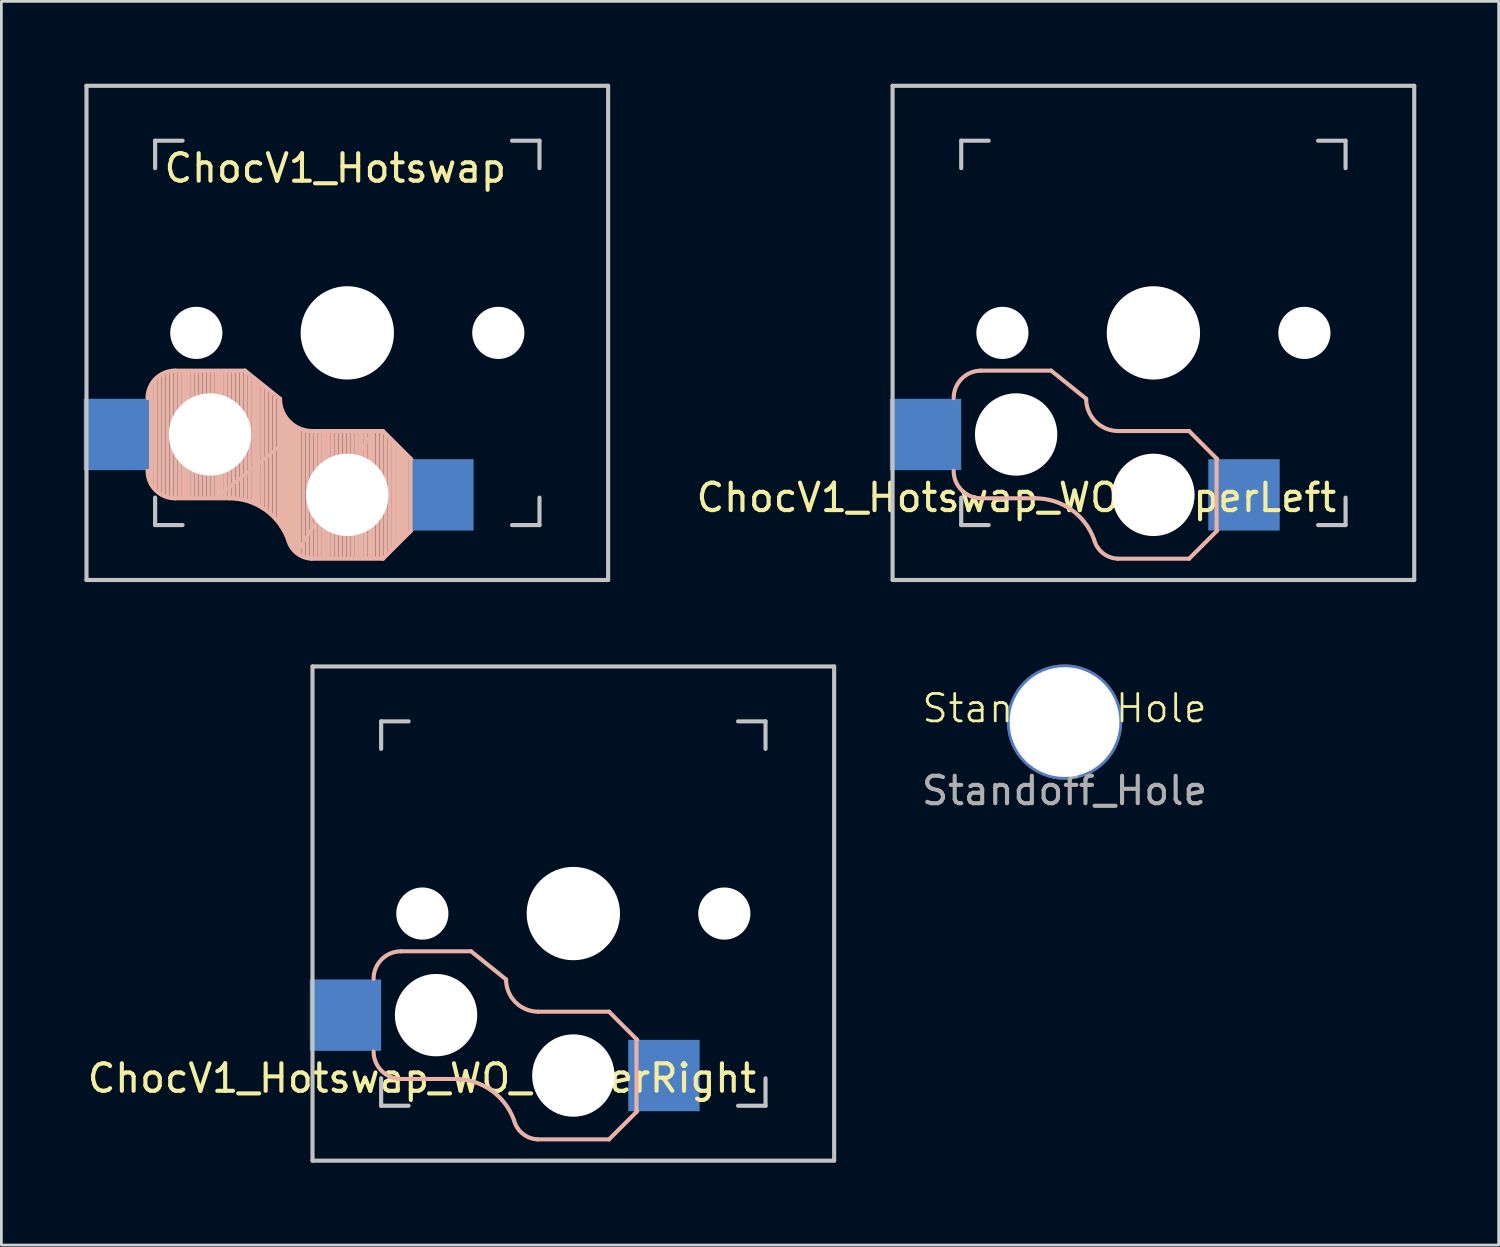
<source format=kicad_pcb>
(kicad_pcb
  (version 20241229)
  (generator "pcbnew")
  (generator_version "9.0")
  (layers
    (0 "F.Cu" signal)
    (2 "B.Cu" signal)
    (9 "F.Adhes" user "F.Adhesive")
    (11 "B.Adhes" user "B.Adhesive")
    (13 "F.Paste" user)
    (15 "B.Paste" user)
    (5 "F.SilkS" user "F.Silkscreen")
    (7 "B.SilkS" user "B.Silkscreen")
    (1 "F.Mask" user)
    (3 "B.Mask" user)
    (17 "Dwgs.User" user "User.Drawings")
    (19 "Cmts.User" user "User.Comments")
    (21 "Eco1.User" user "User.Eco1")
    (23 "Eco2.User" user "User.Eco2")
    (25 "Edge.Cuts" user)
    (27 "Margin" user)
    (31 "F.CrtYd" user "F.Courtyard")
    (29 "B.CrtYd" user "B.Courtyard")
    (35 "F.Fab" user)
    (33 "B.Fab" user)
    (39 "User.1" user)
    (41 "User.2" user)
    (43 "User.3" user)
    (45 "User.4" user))
  (footprint "ChocV1_Hotswap_WO_UpperRight"
    (layer "F.Cu")
    (at 17.833 30.225)
    (property "Reference" "ChocV1_Hotswap_WO_UpperRight" (at 6.75 6 0) (layer "F.SilkS") (effects (font (size 1 1) (thickness 0.15)) (justify right)))
    (attr through_hole)
    (fp_line (start -7 -7) (end -6 -7) (stroke (width 0.1) (type default)) (layer "F.SilkS"))
    (fp_line (start -7 -6) (end -7 -7) (stroke (width 0.1) (type default)) (layer "F.SilkS"))
    (fp_line (start -7 7) (end -7 6) (stroke (width 0.1) (type default)) (layer "F.SilkS"))
    (fp_line (start -6 7) (end -7 7) (stroke (width 0.1) (type default)) (layer "F.SilkS"))
    (fp_line (start 7 6) (end 7 7) (stroke (width 0.1) (type default)) (layer "F.SilkS"))
    (fp_line (start 7 7) (end 6 7) (stroke (width 0.1) (type default)) (layer "F.SilkS"))
    (fp_line (start -4.3 6.025) (end -6.275 6.025) (stroke (width 0.15) (type solid)) (layer "B.SilkS"))
    (fp_line (start -3.725 1.375) (end -6.275 1.375) (stroke (width 0.15) (type solid)) (layer "B.SilkS"))
    (fp_line (start -3.725 1.375) (end -2.45 2.4) (stroke (width 0.15) (type solid)) (layer "B.SilkS"))
    (fp_line (start 1.3 3.575) (end -1.275 3.575) (stroke (width 0.15) (type solid)) (layer "B.SilkS"))
    (fp_line (start 1.3 3.575) (end 2.325 4.6) (stroke (width 0.15) (type solid)) (layer "B.SilkS"))
    (fp_line (start 1.3 8.225) (end -1.3 8.225) (stroke (width 0.15) (type solid)) (layer "B.SilkS"))
    (fp_line (start 1.3 8.225) (end 2.325 7.2) (stroke (width 0.15) (type solid)) (layer "B.SilkS"))
    (fp_line (start 2.3 4.575) (end 2.3 7.225) (stroke (width 0.15) (type solid)) (layer "B.SilkS"))
    (fp_arc (start -7.275 2.375) (mid -6.982107 1.667893) (end -6.275 1.375) (stroke (width 0.15) (type solid)) (layer "B.SilkS"))
    (fp_arc (start -6.275 6.025) (mid -6.982107 5.732107) (end -7.275 5.025) (stroke (width 0.15) (type solid)) (layer "B.SilkS"))
    (fp_arc (start -4.3 6.025) (mid -2.995114 6.436429) (end -2.162199 7.521904) (stroke (width 0.15) (type solid)) (layer "B.SilkS"))
    (fp_arc (start -1.300995 8.223791) (mid -1.848284 8.016021) (end -2.162199 7.521904) (stroke (width 0.15) (type solid)) (layer "B.SilkS"))
    (fp_arc (start -1.275 3.575) (mid -2.10585 3.23085) (end -2.45 2.4) (stroke (width 0.15) (type solid)) (layer "B.SilkS"))
    (fp_line (start -9.5 -9) (end 9.5 -9) (stroke (width 0.15) (type solid)) (layer "Dwgs.User"))
    (fp_line (start -9.5 9) (end -9.5 -9) (stroke (width 0.15) (type solid)) (layer "Dwgs.User"))
    (fp_line (start -7 -7) (end -6 -7) (stroke (width 0.15) (type solid)) (layer "Dwgs.User"))
    (fp_line (start -7 -6) (end -7 -7) (stroke (width 0.15) (type solid)) (layer "Dwgs.User"))
    (fp_line (start -7 7) (end -7 6) (stroke (width 0.15) (type solid)) (layer "Dwgs.User"))
    (fp_line (start -6 7) (end -7 7) (stroke (width 0.15) (type solid)) (layer "Dwgs.User"))
    (fp_line (start 6 7) (end 7 7) (stroke (width 0.15) (type solid)) (layer "Dwgs.User"))
    (fp_line (start 7 -7) (end 6 -7) (stroke (width 0.15) (type solid)) (layer "Dwgs.User"))
    (fp_line (start 7 -6) (end 7 -7) (stroke (width 0.15) (type solid)) (layer "Dwgs.User"))
    (fp_line (start 7 7) (end 7 6) (stroke (width 0.15) (type solid)) (layer "Dwgs.User"))
    (fp_line (start 9.5 -9) (end 9.5 9) (stroke (width 0.15) (type solid)) (layer "Dwgs.User"))
    (fp_line (start 9.5 9) (end -9.5 9) (stroke (width 0.15) (type solid)) (layer "Dwgs.User"))
    (pad "" np_thru_hole circle (at -5.5 0 90) (size 1.9 1.9) (drill 1.9) (layers "*.Cu"))
    (pad "" np_thru_hole circle (at -5 3.7 90) (size 3 3) (drill 3) (layers "*.Cu" "*.Mask"))
    (pad "" np_thru_hole circle (at 0 0 90) (size 3.4 3.4) (drill 3.4) (layers "*.Cu"))
    (pad "" np_thru_hole circle (at 0 5.9 90) (size 3 3) (drill 3) (layers "*.Cu" "*.Mask"))
    (pad "" np_thru_hole circle (at 5.5 0 90) (size 1.9 1.9) (drill 1.9) (layers "*.Cu"))
    (pad "1" smd rect (at -8.3 3.7 180) (size 2.6 2.6) (layers "B.Cu" "B.Mask" "B.Paste"))
    (pad "2" smd rect (at 3.3 5.9 180) (size 2.6 2.6) (layers "B.Cu" "B.Mask" "B.Paste")))
  (footprint "ChocV1_Hotswap_WO_UpperLeft"
    (layer "F.Cu")
    (at 38.961 9.075)
    (property "Reference" "ChocV1_Hotswap_WO_UpperLeft" (at 6.75 6 0) (layer "F.SilkS") (effects (font (size 1 1) (thickness 0.15)) (justify right)))
    (attr through_hole)
    (fp_line (start -7 7) (end -7 6) (stroke (width 0.1) (type default)) (layer "F.SilkS"))
    (fp_line (start -6 7) (end -7 7) (stroke (width 0.1) (type default)) (layer "F.SilkS"))
    (fp_line (start 6 -7) (end 7 -7) (stroke (width 0.1) (type default)) (layer "F.SilkS"))
    (fp_line (start 7 -7) (end 7 -6) (stroke (width 0.1) (type default)) (layer "F.SilkS"))
    (fp_line (start 7 6) (end 7 7) (stroke (width 0.1) (type default)) (layer "F.SilkS"))
    (fp_line (start 7 7) (end 6 7) (stroke (width 0.1) (type default)) (layer "F.SilkS"))
    (fp_line (start -4.3 6.025) (end -6.275 6.025) (stroke (width 0.15) (type solid)) (layer "B.SilkS"))
    (fp_line (start -3.725 1.375) (end -6.275 1.375) (stroke (width 0.15) (type solid)) (layer "B.SilkS"))
    (fp_line (start -3.725 1.375) (end -2.45 2.4) (stroke (width 0.15) (type solid)) (layer "B.SilkS"))
    (fp_line (start 1.3 3.575) (end -1.275 3.575) (stroke (width 0.15) (type solid)) (layer "B.SilkS"))
    (fp_line (start 1.3 3.575) (end 2.325 4.6) (stroke (width 0.15) (type solid)) (layer "B.SilkS"))
    (fp_line (start 1.3 8.225) (end -1.3 8.225) (stroke (width 0.15) (type solid)) (layer "B.SilkS"))
    (fp_line (start 1.3 8.225) (end 2.325 7.2) (stroke (width 0.15) (type solid)) (layer "B.SilkS"))
    (fp_line (start 2.3 4.575) (end 2.3 7.225) (stroke (width 0.15) (type solid)) (layer "B.SilkS"))
    (fp_arc (start -7.275 2.375) (mid -6.982107 1.667893) (end -6.275 1.375) (stroke (width 0.15) (type solid)) (layer "B.SilkS"))
    (fp_arc (start -6.275 6.025) (mid -6.982107 5.732107) (end -7.275 5.025) (stroke (width 0.15) (type solid)) (layer "B.SilkS"))
    (fp_arc (start -4.3 6.025) (mid -2.995114 6.436429) (end -2.162199 7.521904) (stroke (width 0.15) (type solid)) (layer "B.SilkS"))
    (fp_arc (start -1.300995 8.223791) (mid -1.848284 8.016021) (end -2.162199 7.521904) (stroke (width 0.15) (type solid)) (layer "B.SilkS"))
    (fp_arc (start -1.275 3.575) (mid -2.10585 3.23085) (end -2.45 2.4) (stroke (width 0.15) (type solid)) (layer "B.SilkS"))
    (fp_line (start -9.5 -9) (end 9.5 -9) (stroke (width 0.15) (type solid)) (layer "Dwgs.User"))
    (fp_line (start -9.5 9) (end -9.5 -9) (stroke (width 0.15) (type solid)) (layer "Dwgs.User"))
    (fp_line (start -7 -7) (end -6 -7) (stroke (width 0.15) (type solid)) (layer "Dwgs.User"))
    (fp_line (start -7 -6) (end -7 -7) (stroke (width 0.15) (type solid)) (layer "Dwgs.User"))
    (fp_line (start -7 7) (end -7 6) (stroke (width 0.15) (type solid)) (layer "Dwgs.User"))
    (fp_line (start -6 7) (end -7 7) (stroke (width 0.15) (type solid)) (layer "Dwgs.User"))
    (fp_line (start 6 7) (end 7 7) (stroke (width 0.15) (type solid)) (layer "Dwgs.User"))
    (fp_line (start 7 -7) (end 6 -7) (stroke (width 0.15) (type solid)) (layer "Dwgs.User"))
    (fp_line (start 7 -6) (end 7 -7) (stroke (width 0.15) (type solid)) (layer "Dwgs.User"))
    (fp_line (start 7 7) (end 7 6) (stroke (width 0.15) (type solid)) (layer "Dwgs.User"))
    (fp_line (start 9.5 -9) (end 9.5 9) (stroke (width 0.15) (type solid)) (layer "Dwgs.User"))
    (fp_line (start 9.5 9) (end -9.5 9) (stroke (width 0.15) (type solid)) (layer "Dwgs.User"))
    (pad "" np_thru_hole circle (at -5.5 0 90) (size 1.9 1.9) (drill 1.9) (layers "*.Cu"))
    (pad "" np_thru_hole circle (at -5 3.7 90) (size 3 3) (drill 3) (layers "*.Cu" "*.Mask"))
    (pad "" np_thru_hole circle (at 0 0 90) (size 3.4 3.4) (drill 3.4) (layers "*.Cu"))
    (pad "" np_thru_hole circle (at 0 5.9 90) (size 3 3) (drill 3) (layers "*.Cu" "*.Mask"))
    (pad "" np_thru_hole circle (at 5.5 0 90) (size 1.9 1.9) (drill 1.9) (layers "*.Cu"))
    (pad "1" smd rect (at -8.3 3.7 180) (size 2.6 2.6) (layers "B.Cu" "B.Mask" "B.Paste"))
    (pad "2" smd rect (at 3.3 5.9 180) (size 2.6 2.6) (layers "B.Cu" "B.Mask" "B.Paste")))
  (footprint "ChocV1_Hotswap"
    (layer "F.Cu")
    (at 9.6 9.075)
    (property "Reference" "ChocV1_Hotswap" (at -6.75 -6 0) (layer "F.SilkS") (effects (font (size 1 1) (thickness 0.15)) (justify left)))
    (attr through_hole)
    (fp_line (start -7 -7) (end -6 -7) (stroke (width 0.1) (type default)) (layer "F.SilkS"))
    (fp_line (start -7 -6) (end -7 -7) (stroke (width 0.1) (type default)) (layer "F.SilkS"))
    (fp_line (start -7 7) (end -7 6) (stroke (width 0.1) (type default)) (layer "F.SilkS"))
    (fp_line (start -6 7) (end -7 7) (stroke (width 0.1) (type default)) (layer "F.SilkS"))
    (fp_line (start 6 -7) (end 7 -7) (stroke (width 0.1) (type default)) (layer "F.SilkS"))
    (fp_line (start 7 -7) (end 7 -6) (stroke (width 0.1) (type default)) (layer "F.SilkS"))
    (fp_line (start 7 6) (end 7 7) (stroke (width 0.1) (type default)) (layer "F.SilkS"))
    (fp_line (start 7 7) (end 6 7) (stroke (width 0.1) (type default)) (layer "F.SilkS"))
    (fp_line (start -7.15 5.5) (end -7.15 1.9) (stroke (width 0.15) (type solid)) (layer "B.SilkS"))
    (fp_line (start -7 5.7) (end -7 1.7) (stroke (width 0.15) (type solid)) (layer "B.SilkS"))
    (fp_line (start -6.85 5.8) (end -6.85 1.6) (stroke (width 0.15) (type solid)) (layer "B.SilkS"))
    (fp_line (start -6.7 5.9) (end -6.7 1.5) (stroke (width 0.15) (type solid)) (layer "B.SilkS"))
    (fp_line (start -6.55 5.95) (end -6.55 1.45) (stroke (width 0.15) (type solid)) (layer "B.SilkS"))
    (fp_line (start -6.4 6) (end -6.4 1.45) (stroke (width 0.15) (type solid)) (layer "B.SilkS"))
    (fp_line (start -6.25 6) (end -6.25 1.4) (stroke (width 0.15) (type solid)) (layer "B.SilkS"))
    (fp_line (start -6.1 6) (end -6.1 1.4) (stroke (width 0.15) (type solid)) (layer "B.SilkS"))
    (fp_line (start -5.95 6) (end -5.95 1.4) (stroke (width 0.15) (type solid)) (layer "B.SilkS"))
    (fp_line (start -5.8 6) (end -5.8 1.4) (stroke (width 0.15) (type solid)) (layer "B.SilkS"))
    (fp_line (start -5.65 6) (end -5.65 1.4) (stroke (width 0.15) (type solid)) (layer "B.SilkS"))
    (fp_line (start -5.5 6) (end -5.5 1.4) (stroke (width 0.15) (type solid)) (layer "B.SilkS"))
    (fp_line (start -5.35 6) (end -5.35 1.4) (stroke (width 0.15) (type solid)) (layer "B.SilkS"))
    (fp_line (start -5.2 6) (end -5.2 1.4) (stroke (width 0.15) (type solid)) (layer "B.SilkS"))
    (fp_line (start -5.05 6) (end -5.05 1.4) (stroke (width 0.15) (type solid)) (layer "B.SilkS"))
    (fp_line (start -4.9 6) (end -4.9 1.4) (stroke (width 0.15) (type solid)) (layer "B.SilkS"))
    (fp_line (start -4.75 6) (end -4.75 1.4) (stroke (width 0.15) (type solid)) (layer "B.SilkS"))
    (fp_line (start -4.65 5.9) (end -4.65 1.4) (stroke (width 0.12) (type solid)) (layer "B.SilkS"))
    (fp_line (start -4.6 6) (end -4.6 1.4) (stroke (width 0.15) (type solid)) (layer "B.SilkS"))
    (fp_line (start -4.45 6) (end -4.45 1.4) (stroke (width 0.15) (type solid)) (layer "B.SilkS"))
    (fp_line (start -4.3 6) (end -4.3 1.4) (stroke (width 0.15) (type solid)) (layer "B.SilkS"))
    (fp_line (start -4.3 6.025) (end -6.275 6.025) (stroke (width 0.15) (type solid)) (layer "B.SilkS"))
    (fp_line (start -4.15 6) (end -4.15 1.45) (stroke (width 0.15) (type solid)) (layer "B.SilkS"))
    (fp_line (start -4 6.05) (end -4 1.4) (stroke (width 0.15) (type solid)) (layer "B.SilkS"))
    (fp_line (start -3.85 6.05) (end -3.85 1.4) (stroke (width 0.15) (type solid)) (layer "B.SilkS"))
    (fp_line (start -3.725 1.375) (end -6.275 1.375) (stroke (width 0.15) (type solid)) (layer "B.SilkS"))
    (fp_line (start -3.725 1.375) (end -2.45 2.4) (stroke (width 0.15) (type solid)) (layer "B.SilkS"))
    (fp_line (start -3.7 6.05) (end -3.7 1.45) (stroke (width 0.15) (type solid)) (layer "B.SilkS"))
    (fp_line (start -3.55 6.1) (end -3.55 1.55) (stroke (width 0.15) (type solid)) (layer "B.SilkS"))
    (fp_line (start -3.4 6.2) (end -3.4 1.65) (stroke (width 0.15) (type solid)) (layer "B.SilkS"))
    (fp_line (start -3.25 6.25) (end -3.25 1.8) (stroke (width 0.15) (type solid)) (layer "B.SilkS"))
    (fp_line (start -3.1 6.35) (end -3.1 1.9) (stroke (width 0.15) (type solid)) (layer "B.SilkS"))
    (fp_line (start -2.95 6.45) (end -2.95 2.05) (stroke (width 0.15) (type solid)) (layer "B.SilkS"))
    (fp_line (start -2.8 6.55) (end -2.8 2.15) (stroke (width 0.15) (type solid)) (layer "B.SilkS"))
    (fp_line (start -2.65 6.7) (end -2.65 2.25) (stroke (width 0.15) (type solid)) (layer "B.SilkS"))
    (fp_line (start -2.5 6.85) (end -2.5 2.4) (stroke (width 0.15) (type solid)) (layer "B.SilkS"))
    (fp_line (start -2.4 7.05) (end -2.4 2.9) (stroke (width 0.15) (type solid)) (layer "B.SilkS"))
    (fp_line (start -2.3 7.2) (end -2.3 3.05) (stroke (width 0.15) (type solid)) (layer "B.SilkS"))
    (fp_line (start -2.2 7.4) (end -2.2 3.25) (stroke (width 0.15) (type solid)) (layer "B.SilkS"))
    (fp_line (start -2.1 7.55) (end -2.1 3.35) (stroke (width 0.15) (type solid)) (layer "B.SilkS"))
    (fp_line (start -2 7.8) (end -2 3.4) (stroke (width 0.15) (type solid)) (layer "B.SilkS"))
    (fp_line (start -1.9 7.95) (end -1.9 3.45) (stroke (width 0.15) (type solid)) (layer "B.SilkS"))
    (fp_line (start -1.8 3.6) (end -4.65 5.9) (stroke (width 0.12) (type solid)) (layer "B.SilkS"))
    (fp_line (start -1.8 7.95) (end -1.8 3.6) (stroke (width 0.12) (type solid)) (layer "B.SilkS"))
    (fp_line (start -1.75 8.05) (end -1.75 3.5) (stroke (width 0.15) (type solid)) (layer "B.SilkS"))
    (fp_line (start -1.6 8.15) (end -1.6 3.6) (stroke (width 0.15) (type solid)) (layer "B.SilkS"))
    (fp_line (start -1.45 8.2) (end -1.45 3.6) (stroke (width 0.15) (type solid)) (layer "B.SilkS"))
    (fp_line (start -1.3 8.2) (end -1.3 3.6) (stroke (width 0.15) (type solid)) (layer "B.SilkS"))
    (fp_line (start -1.15 8.2) (end -1.15 3.65) (stroke (width 0.15) (type solid)) (layer "B.SilkS"))
    (fp_line (start -1 8.2) (end -1 3.6) (stroke (width 0.15) (type solid)) (layer "B.SilkS"))
    (fp_line (start -0.85 8.2) (end -0.85 3.6) (stroke (width 0.15) (type solid)) (layer "B.SilkS"))
    (fp_line (start -0.7 8.2) (end -0.7 3.6) (stroke (width 0.15) (type solid)) (layer "B.SilkS"))
    (fp_line (start -0.55 8.2) (end -0.55 3.6) (stroke (width 0.15) (type solid)) (layer "B.SilkS"))
    (fp_line (start -0.4 8.2) (end -0.4 3.6) (stroke (width 0.15) (type solid)) (layer "B.SilkS"))
    (fp_line (start -0.25 8.2) (end -0.25 3.6) (stroke (width 0.15) (type solid)) (layer "B.SilkS"))
    (fp_line (start -0.1 8.2) (end -0.1 3.6) (stroke (width 0.15) (type solid)) (layer "B.SilkS"))
    (fp_line (start 0.05 8.2) (end 0.05 3.6) (stroke (width 0.15) (type solid)) (layer "B.SilkS"))
    (fp_line (start 0.2 8.2) (end 0.2 3.6) (stroke (width 0.15) (type solid)) (layer "B.SilkS"))
    (fp_line (start 0.35 8.2) (end 0.35 3.6) (stroke (width 0.15) (type solid)) (layer "B.SilkS"))
    (fp_line (start 0.5 8.2) (end 0.5 3.6) (stroke (width 0.15) (type solid)) (layer "B.SilkS"))
    (fp_line (start 0.65 8.2) (end 0.65 3.6) (stroke (width 0.15) (type solid)) (layer "B.SilkS"))
    (fp_line (start 0.8 8.2) (end 0.8 3.6) (stroke (width 0.15) (type solid)) (layer "B.SilkS"))
    (fp_line (start 0.9 3.65) (end -1.8 7.95) (stroke (width 0.12) (type solid)) (layer "B.SilkS"))
    (fp_line (start 0.9 8.1) (end 0.9 3.65) (stroke (width 0.12) (type solid)) (layer "B.SilkS"))
    (fp_line (start 0.95 8.2) (end 0.95 3.6) (stroke (width 0.15) (type solid)) (layer "B.SilkS"))
    (fp_line (start 1.1 8.2) (end 1.1 3.6) (stroke (width 0.15) (type solid)) (layer "B.SilkS"))
    (fp_line (start 1.25 8.2) (end 1.25 3.6) (stroke (width 0.15) (type solid)) (layer "B.SilkS"))
    (fp_line (start 1.3 3.575) (end -1.275 3.575) (stroke (width 0.15) (type solid)) (layer "B.SilkS"))
    (fp_line (start 1.3 3.575) (end 2.325 4.6) (stroke (width 0.15) (type solid)) (layer "B.SilkS"))
    (fp_line (start 1.3 8.225) (end -1.3 8.225) (stroke (width 0.15) (type solid)) (layer "B.SilkS"))
    (fp_line (start 1.3 8.225) (end 2.325 7.2) (stroke (width 0.15) (type solid)) (layer "B.SilkS"))
    (fp_line (start 1.4 8.1) (end 1.4 3.7) (stroke (width 0.15) (type solid)) (layer "B.SilkS"))
    (fp_line (start 1.55 7.95) (end 1.55 3.85) (stroke (width 0.15) (type solid)) (layer "B.SilkS"))
    (fp_line (start 1.7 7.8) (end 1.7 4) (stroke (width 0.15) (type solid)) (layer "B.SilkS"))
    (fp_line (start 1.85 7.65) (end 1.85 4.15) (stroke (width 0.15) (type solid)) (layer "B.SilkS"))
    (fp_line (start 1.95 7.55) (end 1.95 4.25) (stroke (width 0.15) (type solid)) (layer "B.SilkS"))
    (fp_line (start 2.05 7.45) (end 2.05 4.35) (stroke (width 0.15) (type solid)) (layer "B.SilkS"))
    (fp_line (start 2.15 7.35) (end 2.15 4.45) (stroke (width 0.15) (type solid)) (layer "B.SilkS"))
    (fp_line (start 2.3 4.575) (end 2.3 7.225) (stroke (width 0.15) (type solid)) (layer "B.SilkS"))
    (fp_arc (start -7.275 2.375) (mid -6.982107 1.667893) (end -6.275 1.375) (stroke (width 0.15) (type solid)) (layer "B.SilkS"))
    (fp_arc (start -6.275 6.025) (mid -6.982107 5.732107) (end -7.275 5.025) (stroke (width 0.15) (type solid)) (layer "B.SilkS"))
    (fp_arc (start -4.3 6.025) (mid -2.995114 6.436429) (end -2.162199 7.521904) (stroke (width 0.15) (type solid)) (layer "B.SilkS"))
    (fp_arc (start -1.300995 8.223791) (mid -1.848284 8.016021) (end -2.162199 7.521904) (stroke (width 0.15) (type solid)) (layer "B.SilkS"))
    (fp_arc (start -1.275 3.575) (mid -2.10585 3.23085) (end -2.45 2.4) (stroke (width 0.15) (type solid)) (layer "B.SilkS"))
    (fp_line (start -9.5 -9) (end 9.5 -9) (stroke (width 0.15) (type solid)) (layer "Dwgs.User"))
    (fp_line (start -9.5 9) (end -9.5 -9) (stroke (width 0.15) (type solid)) (layer "Dwgs.User"))
    (fp_line (start -7 -7) (end -6 -7) (stroke (width 0.15) (type solid)) (layer "Dwgs.User"))
    (fp_line (start -7 -6) (end -7 -7) (stroke (width 0.15) (type solid)) (layer "Dwgs.User"))
    (fp_line (start -7 7) (end -7 6) (stroke (width 0.15) (type solid)) (layer "Dwgs.User"))
    (fp_line (start -6 7) (end -7 7) (stroke (width 0.15) (type solid)) (layer "Dwgs.User"))
    (fp_line (start 6 7) (end 7 7) (stroke (width 0.15) (type solid)) (layer "Dwgs.User"))
    (fp_line (start 7 -7) (end 6 -7) (stroke (width 0.15) (type solid)) (layer "Dwgs.User"))
    (fp_line (start 7 -6) (end 7 -7) (stroke (width 0.15) (type solid)) (layer "Dwgs.User"))
    (fp_line (start 7 7) (end 7 6) (stroke (width 0.15) (type solid)) (layer "Dwgs.User"))
    (fp_line (start 9.5 -9) (end 9.5 9) (stroke (width 0.15) (type solid)) (layer "Dwgs.User"))
    (fp_line (start 9.5 9) (end -9.5 9) (stroke (width 0.15) (type solid)) (layer "Dwgs.User"))
    (pad "" np_thru_hole circle (at -5.5 0 90) (size 1.9 1.9) (drill 1.9) (layers "*.Cu"))
    (pad "" np_thru_hole circle (at -5 3.7 90) (size 3 3) (drill 3) (layers "*.Cu" "*.Mask"))
    (pad "" np_thru_hole circle (at 0 0 90) (size 3.4 3.4) (drill 3.4) (layers "*.Cu"))
    (pad "" np_thru_hole circle (at 0 5.9 90) (size 3 3) (drill 3) (layers "*.Cu" "*.Mask"))
    (pad "" np_thru_hole circle (at 5.5 0 90) (size 1.9 1.9) (drill 1.9) (layers "*.Cu"))
    (pad "1" smd rect (at -8.3 3.7 180) (size 2.6 2.6) (layers "B.Cu" "B.Mask" "B.Paste"))
    (pad "2" smd rect (at 3.3 5.9 180) (size 2.6 2.6) (layers "B.Cu" "B.Mask" "B.Paste")))
  (footprint "Standoff_Hole"
    (layer "F.Cu")
    (at 35.724 23.25)
    (property "Reference" "Standoff_Hole" (at 0 -0.5 0) (unlocked yes) (layer "F.SilkS") (effects (font (size 1 1) (thickness 0.1))))
    (fp_text user "${REFERENCE}" (at 0 2.5 0) (unlocked yes) (layer "F.Fab") (effects (font (size 1 1) (thickness 0.15))))
    (pad "1" thru_hole circle (at 0 0 90) (size 4.2 4.2) (drill 4) (layers "*.Cu" "*.Mask")))
  (gr_rect
    (start -3 -3)
    (end 51.536 42.3)
    (stroke (width 0.1) (type default))
    (fill no)
    (layer "Edge.Cuts")))
</source>
